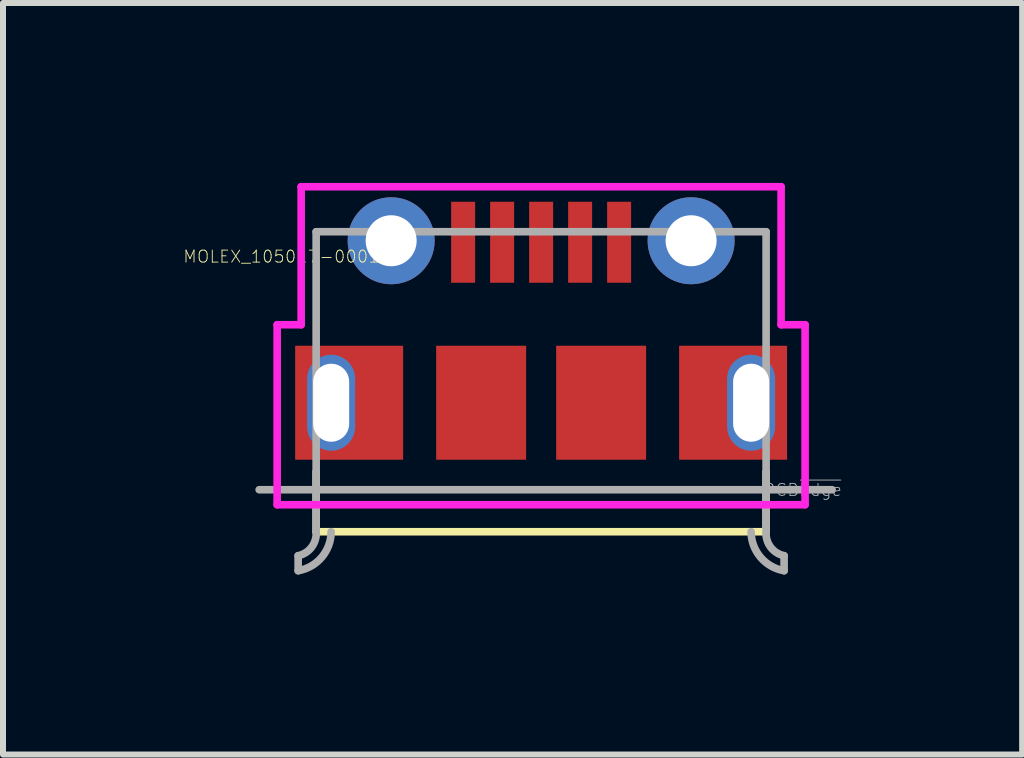
<source format=kicad_pcb>
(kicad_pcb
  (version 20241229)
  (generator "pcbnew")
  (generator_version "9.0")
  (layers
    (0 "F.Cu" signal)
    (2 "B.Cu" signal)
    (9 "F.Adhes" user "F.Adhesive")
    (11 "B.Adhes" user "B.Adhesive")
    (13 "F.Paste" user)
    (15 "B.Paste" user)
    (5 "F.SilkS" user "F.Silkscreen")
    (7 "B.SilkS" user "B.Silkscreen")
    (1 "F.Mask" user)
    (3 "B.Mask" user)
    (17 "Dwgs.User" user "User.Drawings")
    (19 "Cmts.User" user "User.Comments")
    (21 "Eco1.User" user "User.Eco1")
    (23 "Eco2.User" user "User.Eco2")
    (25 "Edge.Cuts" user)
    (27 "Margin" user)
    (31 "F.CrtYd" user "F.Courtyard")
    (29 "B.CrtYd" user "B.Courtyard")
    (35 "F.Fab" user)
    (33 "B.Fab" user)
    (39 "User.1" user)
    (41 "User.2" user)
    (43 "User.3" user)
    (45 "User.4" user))
  (footprint "MOLEX_105017-0001"
    (layer "F.Cu")
    (at 5.97 3.663)
    (property "Reference" "MOLEX_105017-0001" (at -4.329 -2.436 180) (layer "F.SilkS") (effects (font (size 0.2 0.2) (thickness 0.015))))
    (attr through_hole)
    (fp_line (start -3.75 1.15) (end -3.75 2.15) (stroke (width 0.127) (type solid)) (layer "F.SilkS"))
    (fp_line (start -3.75 2.15) (end 3.75 2.15) (stroke (width 0.127) (type solid)) (layer "F.SilkS"))
    (fp_line (start 3.75 1.15) (end 3.75 2.15) (stroke (width 0.127) (type solid)) (layer "F.SilkS"))
    (fp_line (start -4.4 -1.3) (end -4.4 1.7) (stroke (width 0.127) (type solid)) (layer "F.CrtYd"))
    (fp_line (start -4.4 1.7) (end 4.4 1.7) (stroke (width 0.127) (type solid)) (layer "F.CrtYd"))
    (fp_line (start -4 -3.6) (end -4 -1.3) (stroke (width 0.127) (type solid)) (layer "F.CrtYd"))
    (fp_line (start -4 -1.3) (end -4.4 -1.3) (stroke (width 0.127) (type solid)) (layer "F.CrtYd"))
    (fp_line (start 4 -3.6) (end -4 -3.6) (stroke (width 0.127) (type solid)) (layer "F.CrtYd"))
    (fp_line (start 4 -1.3) (end 4 -3.6) (stroke (width 0.127) (type solid)) (layer "F.CrtYd"))
    (fp_line (start 4.4 -1.3) (end 4 -1.3) (stroke (width 0.127) (type solid)) (layer "F.CrtYd"))
    (fp_line (start 4.4 1.7) (end 4.4 -1.3) (stroke (width 0.127) (type solid)) (layer "F.CrtYd"))
    (fp_line (start -4.7 1.45) (end 4.85 1.45) (stroke (width 0.127) (type solid)) (layer "F.Fab"))
    (fp_line (start -4.05 2.55) (end -4.05 2.8) (stroke (width 0.127) (type solid)) (layer "F.Fab"))
    (fp_line (start -3.75 -2.85) (end -3.75 2.15) (stroke (width 0.127) (type solid)) (layer "F.Fab"))
    (fp_line (start 3.75 -2.85) (end -3.75 -2.85) (stroke (width 0.127) (type solid)) (layer "F.Fab"))
    (fp_line (start 3.75 2.15) (end 3.75 -2.85) (stroke (width 0.127) (type solid)) (layer "F.Fab"))
    (fp_line (start 4.05 2.55) (end 4.05 2.8) (stroke (width 0.127) (type solid)) (layer "F.Fab"))
    (fp_arc (start -3.75 2.15) (mid -3.824721 2.406459) (end -4.05 2.55) (stroke (width 0.127) (type solid)) (layer "F.Fab"))
    (fp_arc (start -3.5 2.15) (mid -3.65671 2.575092) (end -4.05 2.8) (stroke (width 0.127) (type solid)) (layer "F.Fab"))
    (fp_arc (start 4.05 2.55) (mid 3.824721 2.406459) (end 3.75 2.15) (stroke (width 0.127) (type solid)) (layer "F.Fab"))
    (fp_arc (start 4.05 2.8) (mid 3.65671 2.575092) (end 3.5 2.15) (stroke (width 0.127) (type solid)) (layer "F.Fab"))
    (fp_text user "PCB~{Edge}" (at 4.358 1.453 0) (layer "F.Fab") (effects (font (size 0.2 0.2) (thickness 0.015))))
    (pad "1" smd rect (at -1.3 -2.675) (size 0.4 1.35) (layers "F.Cu" "F.Mask" "F.Paste"))
    (pad "2" smd rect (at -0.65 -2.675) (size 0.4 1.35) (layers "F.Cu" "F.Mask" "F.Paste"))
    (pad "3" smd rect (at 0 -2.675) (size 0.4 1.35) (layers "F.Cu" "F.Mask" "F.Paste"))
    (pad "4" smd rect (at 0.65 -2.675) (size 0.4 1.35) (layers "F.Cu" "F.Mask" "F.Paste"))
    (pad "5" smd rect (at 1.3 -2.675) (size 0.4 1.35) (layers "F.Cu" "F.Mask" "F.Paste"))
    (pad "P$1" thru_hole circle (at -2.5 -2.7) (size 1.45 1.45) (drill 0.85) (layers "*.Cu" "*.Mask"))
    (pad "P$2" thru_hole circle (at 2.5 -2.7) (size 1.45 1.45) (drill 0.85) (layers "*.Cu" "*.Mask"))
    (pad "P$8" smd rect (at -1 0) (size 1.5 1.9) (layers "F.Cu" "F.Mask" "F.Paste"))
    (pad "P$9" smd rect (at 1 0) (size 1.5 1.9) (layers "F.Cu" "F.Mask" "F.Paste"))
    (pad "P$10" smd rect (at -3.2 0) (size 1.8 1.9) (layers "F.Cu" "F.Mask" "F.Paste"))
    (pad "P$11" smd rect (at 3.2 0) (size 1.8 1.9) (layers "F.Cu" "F.Mask" "F.Paste"))
    (pad "P$12" thru_hole oval (at -3.5 0) (size 0.8 1.6) (drill oval 0.6 1.3) (layers "*.Cu" "*.Mask"))
    (pad "P$13" thru_hole oval (at 3.5 0) (size 0.8 1.6) (drill oval 0.6 1.3) (layers "*.Cu" "*.Mask")))
  (gr_rect
    (start -3 -3)
    (end 13.988 9.527)
    (stroke (width 0.1) (type default))
    (fill no)
    (layer "Edge.Cuts")))
</source>
